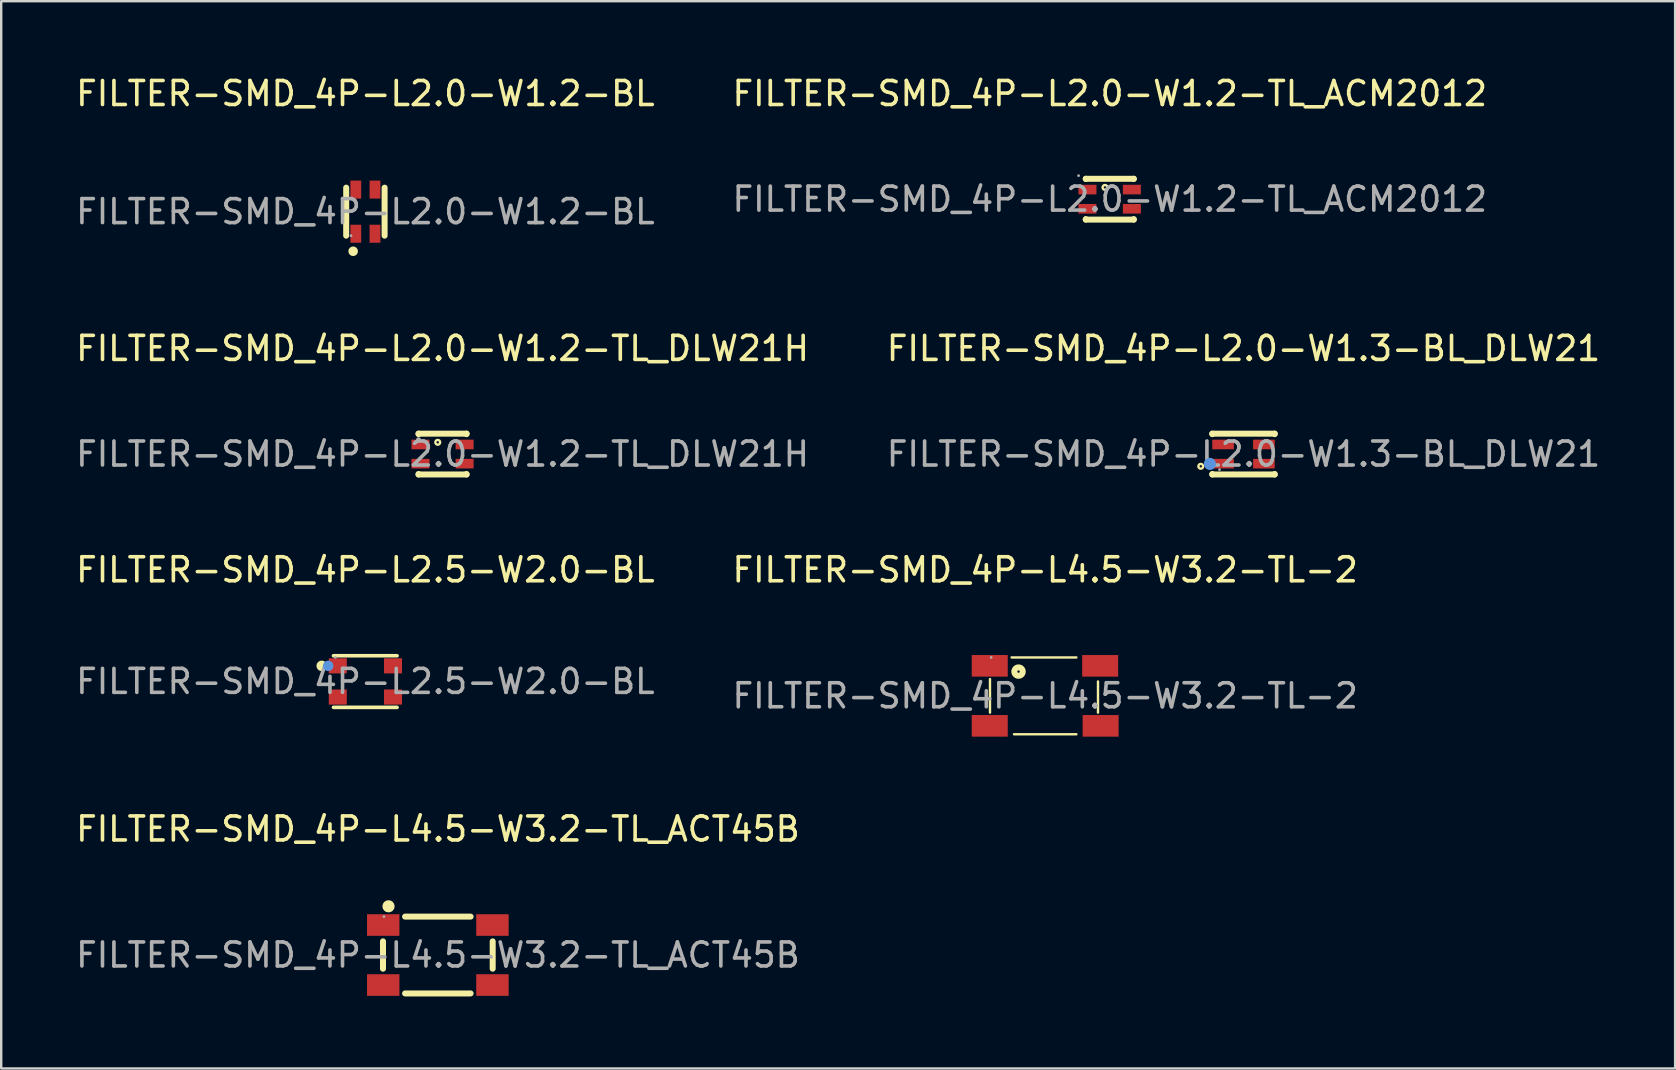
<source format=kicad_pcb>
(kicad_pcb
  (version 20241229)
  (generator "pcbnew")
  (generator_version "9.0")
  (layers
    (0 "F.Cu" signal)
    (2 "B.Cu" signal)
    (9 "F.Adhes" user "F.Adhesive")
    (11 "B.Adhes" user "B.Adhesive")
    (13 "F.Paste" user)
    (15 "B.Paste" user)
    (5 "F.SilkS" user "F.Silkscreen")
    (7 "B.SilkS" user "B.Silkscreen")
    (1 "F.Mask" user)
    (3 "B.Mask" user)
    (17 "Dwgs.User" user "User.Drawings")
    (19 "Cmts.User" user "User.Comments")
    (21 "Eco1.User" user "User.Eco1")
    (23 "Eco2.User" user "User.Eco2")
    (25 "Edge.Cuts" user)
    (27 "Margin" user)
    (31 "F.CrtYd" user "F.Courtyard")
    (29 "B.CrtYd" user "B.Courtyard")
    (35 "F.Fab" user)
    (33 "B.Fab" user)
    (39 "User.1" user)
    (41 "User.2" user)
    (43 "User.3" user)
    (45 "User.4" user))
  (footprint "FILTER-SMD_4P-L4.5-W3.2-TL_ACT45B"
    (layer "F.Cu")
    (at 15.196 36.738)
    (property "Reference" "FILTER-SMD_4P-L4.5-W3.2-TL_ACT45B" (at 0 -5.25 0) (layer "F.SilkS") (effects (font (size 1 1) (thickness 0.15))))
    (attr through_hole)
    (fp_line (start -2.29 -0.57) (end -2.29 0.57) (stroke (width 0.25) (type solid)) (layer "F.SilkS"))
    (fp_line (start -1.37 -1.6) (end 1.36 -1.6) (stroke (width 0.25) (type solid)) (layer "F.SilkS"))
    (fp_line (start -1.37 1.6) (end 1.36 1.6) (stroke (width 0.25) (type solid)) (layer "F.SilkS"))
    (fp_line (start 2.28 -0.57) (end 2.28 0.57) (stroke (width 0.25) (type solid)) (layer "F.SilkS"))
    (fp_circle (center -2.06 -2.03) (end -1.93 -2.03) (stroke (width 0.25) (type solid)) (fill no) (layer "F.SilkS"))
    (fp_circle (center -2.25 -1.6) (end -2.22 -1.6) (stroke (width 0.06) (type solid)) (fill no) (layer "F.Fab"))
    (fp_text user "${REFERENCE}" (at 0 0 0) (layer "F.Fab") (effects (font (size 1 1) (thickness 0.15))))
    (pad "1" smd rect (at -2.28 -1.25) (size 1.35 0.9) (layers "F.Cu" "F.Mask" "F.Paste"))
    (pad "2" smd rect (at -2.28 1.25) (size 1.35 0.9) (layers "F.Cu" "F.Mask" "F.Paste"))
    (pad "3" smd rect (at 2.27 1.25) (size 1.35 0.9) (layers "F.Cu" "F.Mask" "F.Paste"))
    (pad "4" smd rect (at 2.27 -1.25) (size 1.35 0.9) (layers "F.Cu" "F.Mask" "F.Paste")))
  (footprint "FILTER-SMD_4P-L4.5-W3.2-TL-2"
    (layer "F.Cu")
    (at 40.494 25.94)
    (property "Reference" "FILTER-SMD_4P-L4.5-W3.2-TL-2" (at 0 -5.25 0) (layer "F.SilkS") (effects (font (size 1 1) (thickness 0.15))))
    (attr through_hole)
    (fp_line (start -2.3 -0.7) (end -2.3 0.7) (stroke (width 0.1) (type solid)) (layer "F.SilkS"))
    (fp_line (start -1.4 -1.6) (end 1.3 -1.6) (stroke (width 0.1) (type solid)) (layer "F.SilkS"))
    (fp_line (start -1.3 1.6) (end 1.3 1.6) (stroke (width 0.1) (type solid)) (layer "F.SilkS"))
    (fp_line (start 2.2 -0.6) (end 2.2 0.7) (stroke (width 0.1) (type solid)) (layer "F.SilkS"))
    (fp_circle (center -1.11 -1.01) (end -1.06 -1.01) (stroke (width 0.25) (type solid)) (fill no) (layer "F.SilkS"))
    (fp_circle (center -2.25 -1.6) (end -2.22 -1.6) (stroke (width 0.06) (type solid)) (fill no) (layer "F.Fab"))
    (fp_text user "${REFERENCE}" (at 0 0 0) (layer "F.Fab") (effects (font (size 1 1) (thickness 0.15))))
    (pad "1" smd rect (at -2.31 -1.25) (size 1.5 0.9) (layers "F.Cu" "F.Mask" "F.Paste"))
    (pad "2" smd rect (at -2.31 1.25) (size 1.5 0.9) (layers "F.Cu" "F.Mask" "F.Paste"))
    (pad "3" smd rect (at 2.31 1.25) (size 1.5 0.9) (layers "F.Cu" "F.Mask" "F.Paste"))
    (pad "4" smd rect (at 2.29 -1.25) (size 1.5 0.9) (layers "F.Cu" "F.Mask" "F.Paste")))
  (footprint "FILTER-SMD_4P-L2.0-W1.2-TL_ACM2012"
    (layer "F.Cu")
    (at 43.185 5.248)
    (property "Reference" "FILTER-SMD_4P-L2.0-W1.2-TL_ACM2012" (at 0 -4.4 0) (layer "F.SilkS") (effects (font (size 1 1) (thickness 0.15))))
    (attr through_hole)
    (fp_line (start -1 -0.85) (end -1 -0.84) (stroke (width 0.25) (type solid)) (layer "F.SilkS"))
    (fp_line (start -1 -0.85) (end 1 -0.85) (stroke (width 0.25) (type solid)) (layer "F.SilkS"))
    (fp_line (start -1 0.83) (end -1 0.85) (stroke (width 0.25) (type solid)) (layer "F.SilkS"))
    (fp_line (start -1 0.85) (end 1 0.85) (stroke (width 0.25) (type solid)) (layer "F.SilkS"))
    (fp_line (start 1 -0.85) (end 1 -0.84) (stroke (width 0.25) (type solid)) (layer "F.SilkS"))
    (fp_line (start 1 0.83) (end 1 0.85) (stroke (width 0.25) (type solid)) (layer "F.SilkS"))
    (fp_circle (center -0.2 -0.49) (end -0.1 -0.49) (stroke (width 0.1) (type solid)) (fill no) (layer "F.SilkS"))
    (fp_circle (center -1.3 -0.98) (end -1.27 -0.98) (stroke (width 0.06) (type solid)) (fill no) (layer "F.Fab"))
    (fp_text user "${REFERENCE}" (at 0 0 0) (layer "F.Fab") (effects (font (size 1 1) (thickness 0.15))))
    (pad "1" smd rect (at -0.93 -0.4) (size 0.75 0.4) (layers "F.Cu" "F.Mask" "F.Paste"))
    (pad "2" smd rect (at -0.93 0.4) (size 0.75 0.4) (layers "F.Cu" "F.Mask" "F.Paste"))
    (pad "3" smd rect (at 0.92 0.4) (size 0.75 0.4) (layers "F.Cu" "F.Mask" "F.Paste"))
    (pad "4" smd rect (at 0.92 -0.4) (size 0.75 0.4) (layers "F.Cu" "F.Mask" "F.Paste")))
  (footprint "FILTER-SMD_4P-L2.5-W2.0-BL"
    (layer "F.Cu")
    (at 12.173 25.34)
    (property "Reference" "FILTER-SMD_4P-L2.5-W2.0-BL" (at 0 -4.65 0) (layer "F.SilkS") (effects (font (size 1 1) (thickness 0.15))))
    (attr through_hole)
    (fp_line (start -1.33 -1.07) (end 1.32 -1.07) (stroke (width 0.15) (type solid)) (layer "F.SilkS"))
    (fp_line (start -1.33 1.08) (end 1.32 1.08) (stroke (width 0.15) (type solid)) (layer "F.SilkS"))
    (fp_circle (center -1.82 -0.65) (end -1.71 -0.65) (stroke (width 0.22) (type solid)) (fill no) (layer "F.SilkS"))
    (fp_circle (center -1.55 -0.65) (end -1.44 -0.65) (stroke (width 0.22) (type solid)) (fill no) (layer "Cmts.User"))
    (fp_circle (center -1.25 -1) (end -1.22 -1) (stroke (width 0.06) (type solid)) (fill no) (layer "F.Fab"))
    (fp_text user "${REFERENCE}" (at 0 0 0) (layer "F.Fab") (effects (font (size 1 1) (thickness 0.15))))
    (pad "1" smd rect (at -1.15 -0.65 270) (size 0.63 0.75) (layers "F.Cu" "F.Mask" "F.Paste"))
    (pad "2" smd rect (at -1.15 0.65 270) (size 0.63 0.75) (layers "F.Cu" "F.Mask" "F.Paste"))
    (pad "3" smd rect (at 1.15 0.65 270) (size 0.63 0.75) (layers "F.Cu" "F.Mask" "F.Paste"))
    (pad "4" smd rect (at 1.15 -0.65 270) (size 0.63 0.75) (layers "F.Cu" "F.Mask" "F.Paste")))
  (footprint "FILTER-SMD_4P-L2.0-W1.3-BL_DLW21"
    (layer "F.Cu")
    (at 48.756 15.867)
    (property "Reference" "FILTER-SMD_4P-L2.0-W1.3-BL_DLW21" (at 0 -4.4 0) (layer "F.SilkS") (effects (font (size 1 1) (thickness 0.15))))
    (attr through_hole)
    (fp_line (start -1.3 -0.85) (end 1.3 -0.85) (stroke (width 0.25) (type solid)) (layer "F.SilkS"))
    (fp_line (start -1.3 -0.83) (end -1.3 -0.85) (stroke (width 0.25) (type solid)) (layer "F.SilkS"))
    (fp_line (start -1.3 0.85) (end -1.3 0.83) (stroke (width 0.25) (type solid)) (layer "F.SilkS"))
    (fp_line (start -1.3 0.85) (end 1.3 0.85) (stroke (width 0.25) (type solid)) (layer "F.SilkS"))
    (fp_line (start 1.3 -0.83) (end 1.3 -0.85) (stroke (width 0.25) (type solid)) (layer "F.SilkS"))
    (fp_line (start 1.3 0.85) (end 1.3 0.83) (stroke (width 0.25) (type solid)) (layer "F.SilkS"))
    (fp_circle (center -1.78 0.51) (end -1.68 0.51) (stroke (width 0.1) (type solid)) (fill no) (layer "F.SilkS"))
    (fp_circle (center -1.4 0.41) (end -1.27 0.41) (stroke (width 0.25) (type solid)) (fill no) (layer "Cmts.User"))
    (fp_circle (center -1 0.65) (end -0.97 0.65) (stroke (width 0.06) (type solid)) (fill no) (layer "F.Fab"))
    (fp_text user "${REFERENCE}" (at 0 0 0) (layer "F.Fab") (effects (font (size 1 1) (thickness 0.15))))
    (pad "1" smd rect (at -0.85 0.4 90) (size 0.4 0.9) (layers "F.Cu" "F.Mask" "F.Paste"))
    (pad "2" smd rect (at 0.85 0.4 90) (size 0.4 0.9) (layers "F.Cu" "F.Mask" "F.Paste"))
    (pad "3" smd rect (at 0.85 -0.4 90) (size 0.4 0.9) (layers "F.Cu" "F.Mask" "F.Paste"))
    (pad "4" smd rect (at -0.85 -0.4 90) (size 0.4 0.9) (layers "F.Cu" "F.Mask" "F.Paste")))
  (footprint "FILTER-SMD_4P-L2.0-W1.2-TL_DLW21H"
    (layer "F.Cu")
    (at 15.387 15.867)
    (property "Reference" "FILTER-SMD_4P-L2.0-W1.2-TL_DLW21H" (at 0 -4.4 0) (layer "F.SilkS") (effects (font (size 1 1) (thickness 0.15))))
    (attr through_hole)
    (fp_line (start -1 -0.85) (end -1 -0.83) (stroke (width 0.25) (type solid)) (layer "F.SilkS"))
    (fp_line (start -1 -0.85) (end 1 -0.85) (stroke (width 0.25) (type solid)) (layer "F.SilkS"))
    (fp_line (start -1 0.83) (end -1 0.85) (stroke (width 0.25) (type solid)) (layer "F.SilkS"))
    (fp_line (start -1 0.85) (end 1 0.85) (stroke (width 0.25) (type solid)) (layer "F.SilkS"))
    (fp_line (start 1 -0.85) (end 1 -0.83) (stroke (width 0.25) (type solid)) (layer "F.SilkS"))
    (fp_line (start 1 0.83) (end 1 0.85) (stroke (width 0.25) (type solid)) (layer "F.SilkS"))
    (fp_circle (center -0.2 -0.49) (end -0.1 -0.49) (stroke (width 0.1) (type solid)) (fill no) (layer "F.SilkS"))
    (fp_circle (center -1 -0.6) (end -0.95 -0.6) (stroke (width 0.1) (type solid)) (fill no) (layer "F.Fab"))
    (fp_text user "${REFERENCE}" (at 0 0 0) (layer "F.Fab") (effects (font (size 1 1) (thickness 0.15))))
    (pad "1" smd rect (at -0.92 -0.4) (size 0.75 0.4) (layers "F.Cu" "F.Mask" "F.Paste"))
    (pad "2" smd rect (at 0.92 -0.4) (size 0.75 0.4) (layers "F.Cu" "F.Mask" "F.Paste"))
    (pad "3" smd rect (at 0.92 0.4) (size 0.75 0.4) (layers "F.Cu" "F.Mask" "F.Paste"))
    (pad "4" smd rect (at -0.92 0.4) (size 0.75 0.4) (layers "F.Cu" "F.Mask" "F.Paste")))
  (footprint "FILTER-SMD_4P-L2.0-W1.2-BL"
    (layer "F.Cu")
    (at 12.173 5.768)
    (property "Reference" "FILTER-SMD_4P-L2.0-W1.2-BL" (at 0 -4.92 0) (layer "F.SilkS") (effects (font (size 1 1) (thickness 0.15))))
    (attr through_hole)
    (fp_line (start -0.8 -1) (end -0.8 1) (stroke (width 0.25) (type solid)) (layer "F.SilkS"))
    (fp_line (start 0.8 -1) (end 0.8 1) (stroke (width 0.25) (type solid)) (layer "F.SilkS"))
    (fp_circle (center -0.51 1.65) (end -0.41 1.65) (stroke (width 0.2) (type solid)) (fill no) (layer "F.SilkS"))
    (fp_circle (center -0.6 1) (end -0.57 1) (stroke (width 0.06) (type solid)) (fill no) (layer "F.Fab"))
    (fp_text user "${REFERENCE}" (at 0 0 0) (layer "F.Fab") (effects (font (size 1 1) (thickness 0.15))))
    (pad "1" smd rect (at -0.4 0.92) (size 0.45 0.75) (layers "F.Cu" "F.Mask" "F.Paste"))
    (pad "2" smd rect (at 0.4 0.92) (size 0.45 0.75) (layers "F.Cu" "F.Mask" "F.Paste"))
    (pad "3" smd rect (at 0.4 -0.92) (size 0.45 0.75) (layers "F.Cu" "F.Mask" "F.Paste"))
    (pad "4" smd rect (at -0.4 -0.92) (size 0.45 0.75) (layers "F.Cu" "F.Mask" "F.Paste")))
  (gr_rect
    (start -3 -3)
    (end 66.738 41.463)
    (stroke (width 0.1) (type default))
    (fill no)
    (layer "Edge.Cuts")))
</source>
